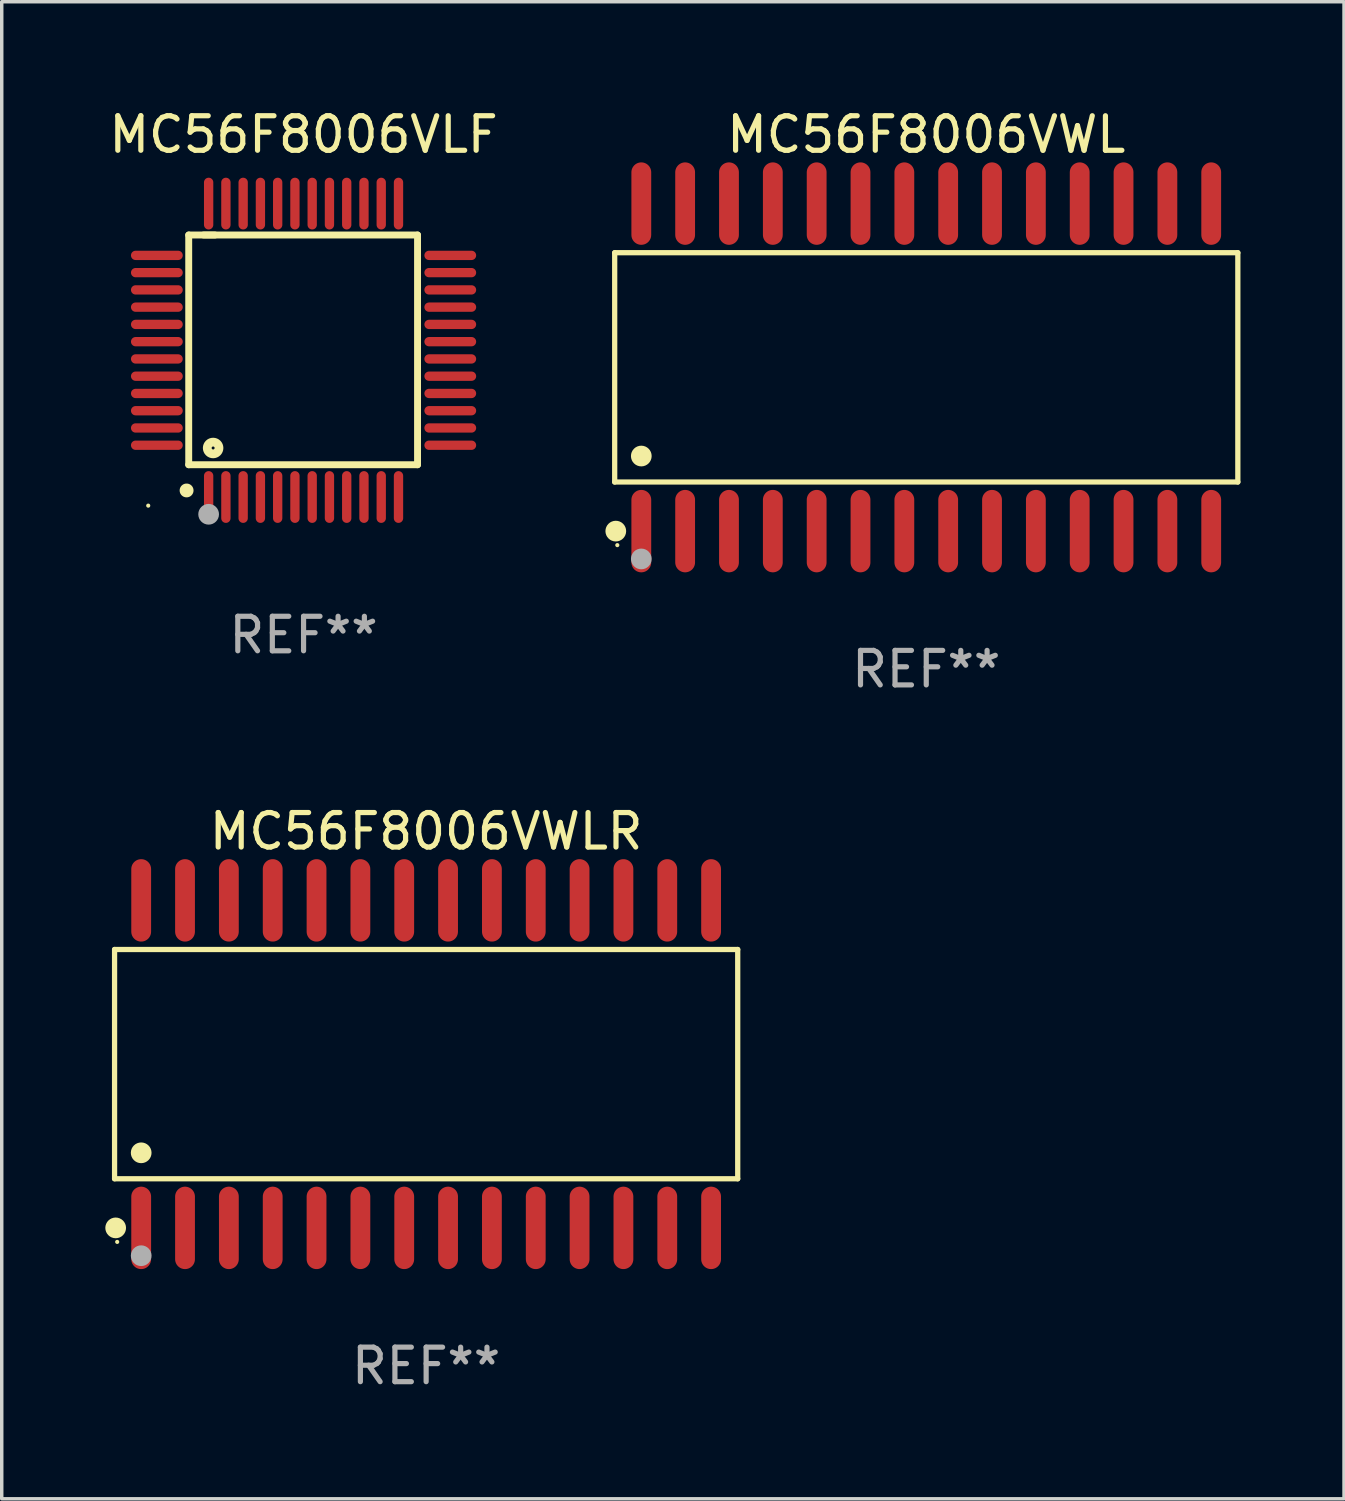
<source format=kicad_pcb>
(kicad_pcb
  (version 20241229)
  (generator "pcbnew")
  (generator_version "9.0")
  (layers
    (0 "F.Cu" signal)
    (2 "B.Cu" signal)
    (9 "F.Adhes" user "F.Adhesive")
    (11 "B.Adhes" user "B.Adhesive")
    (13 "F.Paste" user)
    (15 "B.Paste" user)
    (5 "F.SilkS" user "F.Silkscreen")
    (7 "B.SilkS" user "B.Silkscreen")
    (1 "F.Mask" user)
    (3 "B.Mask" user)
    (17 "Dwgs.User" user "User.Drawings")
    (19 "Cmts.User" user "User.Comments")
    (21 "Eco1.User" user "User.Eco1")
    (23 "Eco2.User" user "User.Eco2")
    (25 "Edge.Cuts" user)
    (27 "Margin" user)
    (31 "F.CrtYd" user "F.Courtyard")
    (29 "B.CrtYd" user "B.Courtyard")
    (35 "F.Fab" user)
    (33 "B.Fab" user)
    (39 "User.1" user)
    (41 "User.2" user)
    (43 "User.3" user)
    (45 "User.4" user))
  (footprint "MC56F8006VLF"
    (layer "F.Cu")
    (at 5.744 7.098)
    (property "Reference" "MC56F8006VLF" (at 0 -6.25 0) (layer "F.SilkS") (effects (font (size 1 1) (thickness 0.15))))
    (attr through_hole)
    (fp_line (start -3.327 -3.34) (end -2.565 -3.34) (stroke (width 0.2) (type solid)) (layer "F.SilkS"))
    (fp_line (start -3.327 3.315) (end -3.327 -3.34) (stroke (width 0.2) (type solid)) (layer "F.SilkS"))
    (fp_line (start -2.896 -3.34) (end 3.302 -3.34) (stroke (width 0.2) (type solid)) (layer "F.SilkS"))
    (fp_line (start 3.302 -3.34) (end 3.302 3.315) (stroke (width 0.2) (type solid)) (layer "F.SilkS"))
    (fp_line (start 3.302 3.315) (end -3.327 3.315) (stroke (width 0.2) (type solid)) (layer "F.SilkS"))
    (fp_arc (start -3.389992 4.059995) (mid -3.388722 4.059991) (end -3.387452 4.059995) (stroke (width 0.4) (type solid)) (layer "F.SilkS"))
    (fp_circle (center -4.5 4.5) (end -4.47 4.5) (stroke (width 0.06) (type solid)) (fill no) (layer "F.SilkS"))
    (fp_circle (center -2.62 2.83) (end -2.45 2.83) (stroke (width 0.254) (type solid)) (fill no) (layer "F.SilkS"))
    (fp_circle (center -2.75 4.75) (end -2.6 4.75) (stroke (width 0.3) (type solid)) (fill no) (layer "F.Fab"))
    (fp_text user "REF**" (at 0 8.25 0) (layer "F.Fab") (effects (font (size 1 1) (thickness 0.15))))
    (pad "1" smd oval (at -2.75 4.25) (size 0.27 1.5) (layers "F.Cu" "F.Mask" "F.Paste"))
    (pad "2" smd oval (at -2.25 4.25) (size 0.27 1.5) (layers "F.Cu" "F.Mask" "F.Paste"))
    (pad "3" smd oval (at -1.75 4.25) (size 0.27 1.5) (layers "F.Cu" "F.Mask" "F.Paste"))
    (pad "4" smd oval (at -1.25 4.25) (size 0.27 1.5) (layers "F.Cu" "F.Mask" "F.Paste"))
    (pad "5" smd oval (at -0.75 4.25) (size 0.27 1.5) (layers "F.Cu" "F.Mask" "F.Paste"))
    (pad "6" smd oval (at -0.25 4.25) (size 0.27 1.5) (layers "F.Cu" "F.Mask" "F.Paste"))
    (pad "7" smd oval (at 0.25 4.25) (size 0.27 1.5) (layers "F.Cu" "F.Mask" "F.Paste"))
    (pad "8" smd oval (at 0.75 4.25) (size 0.27 1.5) (layers "F.Cu" "F.Mask" "F.Paste"))
    (pad "9" smd oval (at 1.25 4.25) (size 0.27 1.5) (layers "F.Cu" "F.Mask" "F.Paste"))
    (pad "10" smd oval (at 1.75 4.25) (size 0.27 1.5) (layers "F.Cu" "F.Mask" "F.Paste"))
    (pad "11" smd oval (at 2.25 4.25) (size 0.27 1.5) (layers "F.Cu" "F.Mask" "F.Paste"))
    (pad "12" smd oval (at 2.75 4.25) (size 0.27 1.5) (layers "F.Cu" "F.Mask" "F.Paste"))
    (pad "13" smd oval (at 4.25 2.75) (size 1.5 0.27) (layers "F.Cu" "F.Mask" "F.Paste"))
    (pad "14" smd oval (at 4.25 2.25) (size 1.5 0.27) (layers "F.Cu" "F.Mask" "F.Paste"))
    (pad "15" smd oval (at 4.25 1.75) (size 1.5 0.27) (layers "F.Cu" "F.Mask" "F.Paste"))
    (pad "16" smd oval (at 4.25 1.25) (size 1.5 0.27) (layers "F.Cu" "F.Mask" "F.Paste"))
    (pad "17" smd oval (at 4.25 0.75) (size 1.5 0.27) (layers "F.Cu" "F.Mask" "F.Paste"))
    (pad "18" smd oval (at 4.25 0.25) (size 1.5 0.27) (layers "F.Cu" "F.Mask" "F.Paste"))
    (pad "19" smd oval (at 4.25 -0.25) (size 1.5 0.27) (layers "F.Cu" "F.Mask" "F.Paste"))
    (pad "20" smd oval (at 4.25 -0.75) (size 1.5 0.27) (layers "F.Cu" "F.Mask" "F.Paste"))
    (pad "21" smd oval (at 4.25 -1.25) (size 1.5 0.27) (layers "F.Cu" "F.Mask" "F.Paste"))
    (pad "22" smd oval (at 4.25 -1.75) (size 1.5 0.27) (layers "F.Cu" "F.Mask" "F.Paste"))
    (pad "23" smd oval (at 4.25 -2.25) (size 1.5 0.27) (layers "F.Cu" "F.Mask" "F.Paste"))
    (pad "24" smd oval (at 4.25 -2.75) (size 1.5 0.27) (layers "F.Cu" "F.Mask" "F.Paste"))
    (pad "25" smd oval (at 2.75 -4.25) (size 0.27 1.5) (layers "F.Cu" "F.Mask" "F.Paste"))
    (pad "26" smd oval (at 2.25 -4.25) (size 0.27 1.5) (layers "F.Cu" "F.Mask" "F.Paste"))
    (pad "27" smd oval (at 1.75 -4.25) (size 0.27 1.5) (layers "F.Cu" "F.Mask" "F.Paste"))
    (pad "28" smd oval (at 1.25 -4.25) (size 0.27 1.5) (layers "F.Cu" "F.Mask" "F.Paste"))
    (pad "29" smd oval (at 0.75 -4.25) (size 0.27 1.5) (layers "F.Cu" "F.Mask" "F.Paste"))
    (pad "30" smd oval (at 0.25 -4.25) (size 0.27 1.5) (layers "F.Cu" "F.Mask" "F.Paste"))
    (pad "31" smd oval (at -0.25 -4.25) (size 0.27 1.5) (layers "F.Cu" "F.Mask" "F.Paste"))
    (pad "32" smd oval (at -0.75 -4.25) (size 0.27 1.5) (layers "F.Cu" "F.Mask" "F.Paste"))
    (pad "33" smd oval (at -1.25 -4.25) (size 0.27 1.5) (layers "F.Cu" "F.Mask" "F.Paste"))
    (pad "34" smd oval (at -1.75 -4.25) (size 0.27 1.5) (layers "F.Cu" "F.Mask" "F.Paste"))
    (pad "35" smd oval (at -2.25 -4.25) (size 0.27 1.5) (layers "F.Cu" "F.Mask" "F.Paste"))
    (pad "36" smd oval (at -2.75 -4.25) (size 0.27 1.5) (layers "F.Cu" "F.Mask" "F.Paste"))
    (pad "37" smd oval (at -4.25 -2.75) (size 1.5 0.27) (layers "F.Cu" "F.Mask" "F.Paste"))
    (pad "38" smd oval (at -4.25 -2.25) (size 1.5 0.27) (layers "F.Cu" "F.Mask" "F.Paste"))
    (pad "39" smd oval (at -4.25 -1.75) (size 1.5 0.27) (layers "F.Cu" "F.Mask" "F.Paste"))
    (pad "40" smd oval (at -4.25 -1.25) (size 1.5 0.27) (layers "F.Cu" "F.Mask" "F.Paste"))
    (pad "41" smd oval (at -4.25 -0.75) (size 1.5 0.27) (layers "F.Cu" "F.Mask" "F.Paste"))
    (pad "42" smd oval (at -4.25 -0.25) (size 1.5 0.27) (layers "F.Cu" "F.Mask" "F.Paste"))
    (pad "43" smd oval (at -4.25 0.25) (size 1.5 0.27) (layers "F.Cu" "F.Mask" "F.Paste"))
    (pad "44" smd oval (at -4.25 0.75) (size 1.5 0.27) (layers "F.Cu" "F.Mask" "F.Paste"))
    (pad "45" smd oval (at -4.25 1.25) (size 1.5 0.27) (layers "F.Cu" "F.Mask" "F.Paste"))
    (pad "46" smd oval (at -4.25 1.75) (size 1.5 0.27) (layers "F.Cu" "F.Mask" "F.Paste"))
    (pad "47" smd oval (at -4.25 2.25) (size 1.5 0.27) (layers "F.Cu" "F.Mask" "F.Paste"))
    (pad "48" smd oval (at -4.25 2.75) (size 1.5 0.27) (layers "F.Cu" "F.Mask" "F.Paste")))
  (footprint "MC56F8006VWL"
    (layer "F.Cu")
    (at 23.783 7.592)
    (property "Reference" "MC56F8006VWL" (at 0 -6.744 0) (layer "F.SilkS") (effects (font (size 1 1) (thickness 0.15))))
    (attr through_hole)
    (fp_line (start -9.026 -3.321) (end 9.026 -3.321) (stroke (width 0.152) (type solid)) (layer "F.SilkS"))
    (fp_line (start -9.026 3.321) (end -9.026 -3.321) (stroke (width 0.152) (type solid)) (layer "F.SilkS"))
    (fp_line (start 9.026 -3.321) (end 9.026 3.321) (stroke (width 0.152) (type solid)) (layer "F.SilkS"))
    (fp_line (start 9.026 3.321) (end -9.026 3.321) (stroke (width 0.152) (type solid)) (layer "F.SilkS"))
    (fp_circle (center -8.994 4.744) (end -8.844 4.744) (stroke (width 0.3) (type solid)) (fill no) (layer "F.SilkS"))
    (fp_circle (center -8.95 5.15) (end -8.92 5.15) (stroke (width 0.06) (type solid)) (fill no) (layer "F.SilkS"))
    (fp_circle (center -8.255 2.569) (end -8.105 2.569) (stroke (width 0.3) (type solid)) (fill no) (layer "F.SilkS"))
    (fp_circle (center -8.255 5.55) (end -8.105 5.55) (stroke (width 0.3) (type solid)) (fill no) (layer "F.Fab"))
    (fp_text user "REF**" (at 0 8.744 0) (layer "F.Fab") (effects (font (size 1 1) (thickness 0.15))))
    (pad "1" smd oval (at -8.255 4.744) (size 0.574 2.388) (layers "F.Cu" "F.Mask" "F.Paste"))
    (pad "2" smd oval (at -6.985 4.744) (size 0.574 2.388) (layers "F.Cu" "F.Mask" "F.Paste"))
    (pad "3" smd oval (at -5.715 4.744) (size 0.574 2.388) (layers "F.Cu" "F.Mask" "F.Paste"))
    (pad "4" smd oval (at -4.445 4.744) (size 0.574 2.388) (layers "F.Cu" "F.Mask" "F.Paste"))
    (pad "5" smd oval (at -3.175 4.744) (size 0.574 2.388) (layers "F.Cu" "F.Mask" "F.Paste"))
    (pad "6" smd oval (at -1.905 4.744) (size 0.574 2.388) (layers "F.Cu" "F.Mask" "F.Paste"))
    (pad "7" smd oval (at -0.635 4.744) (size 0.574 2.388) (layers "F.Cu" "F.Mask" "F.Paste"))
    (pad "8" smd oval (at 0.635 4.744) (size 0.574 2.388) (layers "F.Cu" "F.Mask" "F.Paste"))
    (pad "9" smd oval (at 1.905 4.744) (size 0.574 2.388) (layers "F.Cu" "F.Mask" "F.Paste"))
    (pad "10" smd oval (at 3.175 4.744) (size 0.574 2.388) (layers "F.Cu" "F.Mask" "F.Paste"))
    (pad "11" smd oval (at 4.445 4.744) (size 0.574 2.388) (layers "F.Cu" "F.Mask" "F.Paste"))
    (pad "12" smd oval (at 5.715 4.744) (size 0.574 2.388) (layers "F.Cu" "F.Mask" "F.Paste"))
    (pad "13" smd oval (at 6.985 4.744) (size 0.574 2.388) (layers "F.Cu" "F.Mask" "F.Paste"))
    (pad "14" smd oval (at 8.255 4.744) (size 0.574 2.388) (layers "F.Cu" "F.Mask" "F.Paste"))
    (pad "15" smd oval (at 8.255 -4.744) (size 0.574 2.388) (layers "F.Cu" "F.Mask" "F.Paste"))
    (pad "16" smd oval (at 6.985 -4.744) (size 0.574 2.388) (layers "F.Cu" "F.Mask" "F.Paste"))
    (pad "17" smd oval (at 5.715 -4.744) (size 0.574 2.388) (layers "F.Cu" "F.Mask" "F.Paste"))
    (pad "18" smd oval (at 4.445 -4.744) (size 0.574 2.388) (layers "F.Cu" "F.Mask" "F.Paste"))
    (pad "19" smd oval (at 3.175 -4.744) (size 0.574 2.388) (layers "F.Cu" "F.Mask" "F.Paste"))
    (pad "20" smd oval (at 1.905 -4.744) (size 0.574 2.388) (layers "F.Cu" "F.Mask" "F.Paste"))
    (pad "21" smd oval (at 0.635 -4.744) (size 0.574 2.388) (layers "F.Cu" "F.Mask" "F.Paste"))
    (pad "22" smd oval (at -0.635 -4.744) (size 0.574 2.388) (layers "F.Cu" "F.Mask" "F.Paste"))
    (pad "23" smd oval (at -1.905 -4.744) (size 0.574 2.388) (layers "F.Cu" "F.Mask" "F.Paste"))
    (pad "24" smd oval (at -3.175 -4.744) (size 0.574 2.388) (layers "F.Cu" "F.Mask" "F.Paste"))
    (pad "25" smd oval (at -4.445 -4.744) (size 0.574 2.388) (layers "F.Cu" "F.Mask" "F.Paste"))
    (pad "26" smd oval (at -5.715 -4.744) (size 0.574 2.388) (layers "F.Cu" "F.Mask" "F.Paste"))
    (pad "27" smd oval (at -6.985 -4.744) (size 0.574 2.388) (layers "F.Cu" "F.Mask" "F.Paste"))
    (pad "28" smd oval (at -8.255 -4.744) (size 0.574 2.388) (layers "F.Cu" "F.Mask" "F.Paste")))
  (footprint "MC56F8006VWLR"
    (layer "F.Cu")
    (at 9.295 27.777)
    (property "Reference" "MC56F8006VWLR" (at 0 -6.744 0) (layer "F.SilkS") (effects (font (size 1 1) (thickness 0.15))))
    (attr through_hole)
    (fp_line (start -9.026 -3.321) (end 9.026 -3.321) (stroke (width 0.152) (type solid)) (layer "F.SilkS"))
    (fp_line (start -9.026 3.321) (end -9.026 -3.321) (stroke (width 0.152) (type solid)) (layer "F.SilkS"))
    (fp_line (start 9.026 -3.321) (end 9.026 3.321) (stroke (width 0.152) (type solid)) (layer "F.SilkS"))
    (fp_line (start 9.026 3.321) (end -9.026 3.321) (stroke (width 0.152) (type solid)) (layer "F.SilkS"))
    (fp_circle (center -8.994 4.744) (end -8.844 4.744) (stroke (width 0.3) (type solid)) (fill no) (layer "F.SilkS"))
    (fp_circle (center -8.95 5.15) (end -8.92 5.15) (stroke (width 0.06) (type solid)) (fill no) (layer "F.SilkS"))
    (fp_circle (center -8.255 2.569) (end -8.105 2.569) (stroke (width 0.3) (type solid)) (fill no) (layer "F.SilkS"))
    (fp_circle (center -8.255 5.55) (end -8.105 5.55) (stroke (width 0.3) (type solid)) (fill no) (layer "F.Fab"))
    (fp_text user "REF**" (at 0 8.744 0) (layer "F.Fab") (effects (font (size 1 1) (thickness 0.15))))
    (pad "1" smd oval (at -8.255 4.744) (size 0.574 2.388) (layers "F.Cu" "F.Mask" "F.Paste"))
    (pad "2" smd oval (at -6.985 4.744) (size 0.574 2.388) (layers "F.Cu" "F.Mask" "F.Paste"))
    (pad "3" smd oval (at -5.715 4.744) (size 0.574 2.388) (layers "F.Cu" "F.Mask" "F.Paste"))
    (pad "4" smd oval (at -4.445 4.744) (size 0.574 2.388) (layers "F.Cu" "F.Mask" "F.Paste"))
    (pad "5" smd oval (at -3.175 4.744) (size 0.574 2.388) (layers "F.Cu" "F.Mask" "F.Paste"))
    (pad "6" smd oval (at -1.905 4.744) (size 0.574 2.388) (layers "F.Cu" "F.Mask" "F.Paste"))
    (pad "7" smd oval (at -0.635 4.744) (size 0.574 2.388) (layers "F.Cu" "F.Mask" "F.Paste"))
    (pad "8" smd oval (at 0.635 4.744) (size 0.574 2.388) (layers "F.Cu" "F.Mask" "F.Paste"))
    (pad "9" smd oval (at 1.905 4.744) (size 0.574 2.388) (layers "F.Cu" "F.Mask" "F.Paste"))
    (pad "10" smd oval (at 3.175 4.744) (size 0.574 2.388) (layers "F.Cu" "F.Mask" "F.Paste"))
    (pad "11" smd oval (at 4.445 4.744) (size 0.574 2.388) (layers "F.Cu" "F.Mask" "F.Paste"))
    (pad "12" smd oval (at 5.715 4.744) (size 0.574 2.388) (layers "F.Cu" "F.Mask" "F.Paste"))
    (pad "13" smd oval (at 6.985 4.744) (size 0.574 2.388) (layers "F.Cu" "F.Mask" "F.Paste"))
    (pad "14" smd oval (at 8.255 4.744) (size 0.574 2.388) (layers "F.Cu" "F.Mask" "F.Paste"))
    (pad "15" smd oval (at 8.255 -4.744) (size 0.574 2.388) (layers "F.Cu" "F.Mask" "F.Paste"))
    (pad "16" smd oval (at 6.985 -4.744) (size 0.574 2.388) (layers "F.Cu" "F.Mask" "F.Paste"))
    (pad "17" smd oval (at 5.715 -4.744) (size 0.574 2.388) (layers "F.Cu" "F.Mask" "F.Paste"))
    (pad "18" smd oval (at 4.445 -4.744) (size 0.574 2.388) (layers "F.Cu" "F.Mask" "F.Paste"))
    (pad "19" smd oval (at 3.175 -4.744) (size 0.574 2.388) (layers "F.Cu" "F.Mask" "F.Paste"))
    (pad "20" smd oval (at 1.905 -4.744) (size 0.574 2.388) (layers "F.Cu" "F.Mask" "F.Paste"))
    (pad "21" smd oval (at 0.635 -4.744) (size 0.574 2.388) (layers "F.Cu" "F.Mask" "F.Paste"))
    (pad "22" smd oval (at -0.635 -4.744) (size 0.574 2.388) (layers "F.Cu" "F.Mask" "F.Paste"))
    (pad "23" smd oval (at -1.905 -4.744) (size 0.574 2.388) (layers "F.Cu" "F.Mask" "F.Paste"))
    (pad "24" smd oval (at -3.175 -4.744) (size 0.574 2.388) (layers "F.Cu" "F.Mask" "F.Paste"))
    (pad "25" smd oval (at -4.445 -4.744) (size 0.574 2.388) (layers "F.Cu" "F.Mask" "F.Paste"))
    (pad "26" smd oval (at -5.715 -4.744) (size 0.574 2.388) (layers "F.Cu" "F.Mask" "F.Paste"))
    (pad "27" smd oval (at -6.985 -4.744) (size 0.574 2.388) (layers "F.Cu" "F.Mask" "F.Paste"))
    (pad "28" smd oval (at -8.255 -4.744) (size 0.574 2.388) (layers "F.Cu" "F.Mask" "F.Paste")))
  (gr_rect
    (start -3 -3)
    (end 35.885 40.369)
    (stroke (width 0.1) (type default))
    (fill no)
    (layer "Edge.Cuts")))
</source>
